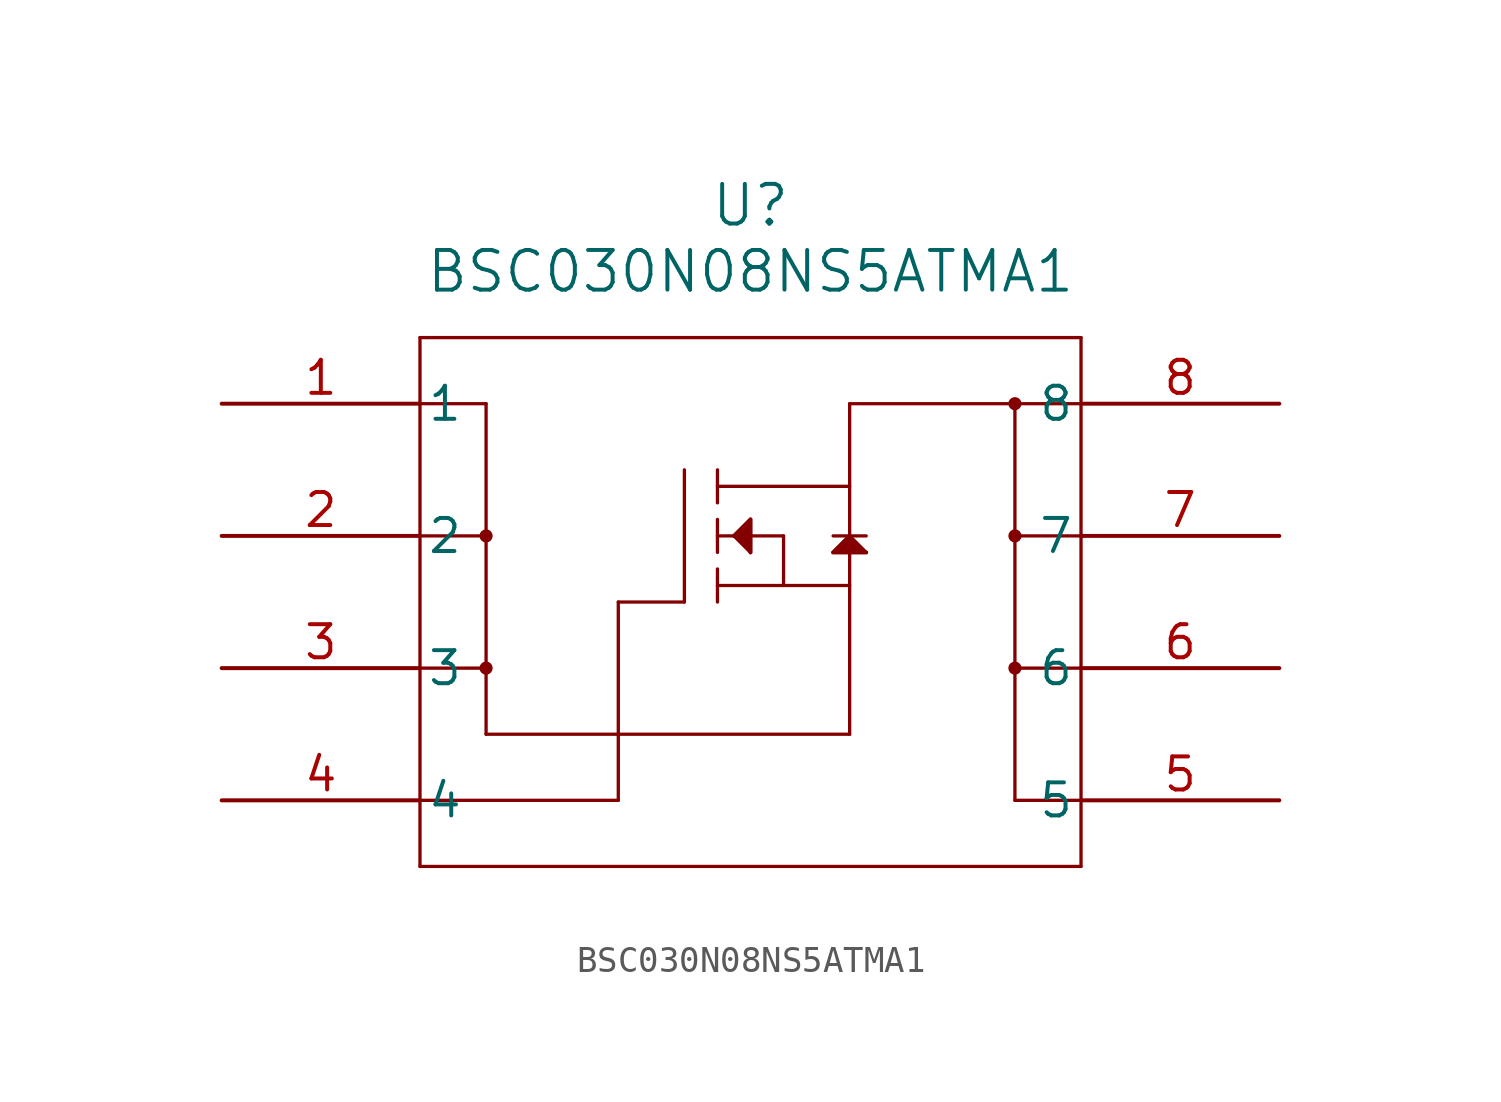
<source format=kicad_sym>
(kicad_symbol_lib
  (version 20211014)
  (generator kicad_symbol_editor)
  (symbol "BSC030N08NS5ATMA1"
    (pin_names
      (offset 0.254))
    (property "Reference" "U"
      (at 20.32 7.62 0)
      (effects (font (size 1.524 1.524))))
    (property "Value" "BSC030N08NS5ATMA1"
      (at 20.32 5.08 0)
      (effects (font (size 1.524 1.524))))
    (symbol "BSC030N08NS5ATMA1_0_1"
      (polyline (pts (xy 7.62 -17.78) (xy 33.02 -17.78)) (stroke (width 0.127) (type default) (color 0 0 0 0)) (fill (type none)))
      (polyline (pts (xy 33.02 -17.78) (xy 33.02 2.54)) (stroke (width 0.127) (type default) (color 0 0 0 0)) (fill (type none)))
      (polyline (pts (xy 7.62 2.54) (xy 7.62 -17.78)) (stroke (width 0.127) (type default) (color 0 0 0 0)) (fill (type none)))
      (polyline (pts (xy 33.02 2.54) (xy 7.62 2.54)) (stroke (width 0.127) (type default) (color 0 0 0 0)) (fill (type none)))
      (polyline (pts (xy 7.62 -15.24) (xy 15.24 -15.24)) (stroke (width 0.127) (type default) (color 0 0 0 0)) (fill (type none)))
      (polyline (pts (xy 15.24 -7.62) (xy 15.24 -15.24)) (stroke (width 0.127) (type default) (color 0 0 0 0)) (fill (type none)))
      (polyline (pts (xy 15.24 -7.62) (xy 17.78 -7.62)) (stroke (width 0.127) (type default) (color 0 0 0 0)) (fill (type none)))
      (polyline (pts (xy 17.78 -2.54) (xy 17.78 -7.62)) (stroke (width 0.127) (type default) (color 0 0 0 0)) (fill (type none)))
      (polyline (pts (xy 19.05 -2.54) (xy 19.05 -3.81)) (stroke (width 0.127) (type default) (color 0 0 0 0)) (fill (type none)))
      (polyline (pts (xy 19.05 -4.445) (xy 19.05 -5.715)) (stroke (width 0.127) (type default) (color 0 0 0 0)) (fill (type none)))
      (polyline (pts (xy 19.05 -6.35) (xy 19.05 -7.62)) (stroke (width 0.127) (type default) (color 0 0 0 0)) (fill (type none)))
      (polyline (pts (xy 19.05 -5.08) (xy 21.59 -5.08)) (stroke (width 0.127) (type default) (color 0 0 0 0)) (fill (type none)))
      (polyline (pts (xy 19.05 -3.175) (xy 24.13 -3.175)) (stroke (width 0.127) (type default) (color 0 0 0 0)) (fill (type none)))
      (polyline (pts (xy 19.05 -6.985) (xy 24.13 -6.985)) (stroke (width 0.127) (type default) (color 0 0 0 0)) (fill (type none)))
      (polyline (pts (xy 21.59 -5.08) (xy 21.59 -6.985)) (stroke (width 0.127) (type default) (color 0 0 0 0)) (fill (type none)))
      (polyline (pts (xy 19.685 -5.08) (xy 20.32 -4.445)) (stroke (width 0.127) (type default) (color 0 0 0 0)) (fill (type none)))
      (polyline (pts (xy 20.32 -4.445) (xy 20.32 -5.715)) (stroke (width 0.127) (type default) (color 0 0 0 0)) (fill (type none)))
      (polyline (pts (xy 20.32 -5.715) (xy 19.685 -5.08)) (stroke (width 0.127) (type default) (color 0 0 0 0)) (fill (type none)))
      (polyline (pts (xy 24.13 0) (xy 24.13 -12.7)) (stroke (width 0.127) (type default) (color 0 0 0 0)) (fill (type none)))
      (polyline (pts (xy 24.13 -12.7) (xy 10.16 -12.7)) (stroke (width 0.127) (type default) (color 0 0 0 0)) (fill (type none)))
      (polyline (pts (xy 24.13 0) (xy 33.02 0)) (stroke (width 0.127) (type default) (color 0 0 0 0)) (fill (type none)))
      (polyline (pts (xy 24.13 -5.08) (xy 23.495 -5.715)) (stroke (width 0.127) (type default) (color 0 0 0 0)) (fill (type none)))
      (polyline (pts (xy 23.495 -5.715) (xy 24.765 -5.715)) (stroke (width 0.127) (type default) (color 0 0 0 0)) (fill (type none)))
      (polyline (pts (xy 24.765 -5.715) (xy 24.13 -5.08)) (stroke (width 0.127) (type default) (color 0 0 0 0)) (fill (type none)))
      (polyline (pts (xy 23.495 -5.08) (xy 24.765 -5.08)) (stroke (width 0.127) (type default) (color 0 0 0 0)) (fill (type none)))
      (polyline (pts (xy 19.685 -5.08) (xy 20.32 -4.445) (xy 20.32 -5.715)) (stroke (width 0) (type default) (color 0 0 0 0)) (fill (type outline)))
      (polyline (pts (xy 24.13 -5.08) (xy 23.495 -5.715) (xy 24.765 -5.715)) (stroke (width 0) (type default) (color 0 0 0 0)) (fill (type outline)))
      (polyline (pts (xy 30.48 0) (xy 30.48 -15.24)) (stroke (width 0.127) (type default) (color 0 0 0 0)) (fill (type none)))
      (polyline (pts (xy 30.48 -15.24) (xy 33.02 -15.24)) (stroke (width 0.127) (type default) (color 0 0 0 0)) (fill (type none)))
      (circle (center 10.16 -5.08) (radius 0.127) (stroke (width 0.254) (type default) (color 0 0 0 0)) (fill (type none)))
      (polyline (pts (xy 30.48 -10.16) (xy 33.02 -10.16)) (stroke (width 0.127) (type default) (color 0 0 0 0)) (fill (type none)))
      (polyline (pts (xy 30.48 -5.08) (xy 33.02 -5.08)) (stroke (width 0.127) (type default) (color 0 0 0 0)) (fill (type none)))
      (circle (center 10.16 -10.16) (radius 0.127) (stroke (width 0.254) (type default) (color 0 0 0 0)) (fill (type none)))
      (circle (center 30.48 -10.16) (radius 0.127) (stroke (width 0.254) (type default) (color 0 0 0 0)) (fill (type none)))
      (polyline (pts (xy 10.16 0) (xy 10.16 -12.7)) (stroke (width 0.127) (type default) (color 0 0 0 0)) (fill (type none)))
      (polyline (pts (xy 7.62 -10.16) (xy 10.16 -10.16)) (stroke (width 0.127) (type default) (color 0 0 0 0)) (fill (type none)))
      (polyline (pts (xy 7.62 -5.08) (xy 10.16 -5.08)) (stroke (width 0.127) (type default) (color 0 0 0 0)) (fill (type none)))
      (polyline (pts (xy 7.62 0) (xy 10.16 0)) (stroke (width 0.127) (type default) (color 0 0 0 0)) (fill (type none)))
      (circle (center 30.48 -5.08) (radius 0.127) (stroke (width 0.254) (type default) (color 0 0 0 0)) (fill (type none)))
      (circle (center 30.48 0) (radius 0.127) (stroke (width 0.254) (type default) (color 0 0 0 0)) (fill (type none)))
      (pin unspecified line (at 0 0 0) (length 7.62) (name "1" (effects (font (size 1.27 1.27)))) (number "1" (effects (font (size 1.27 1.27)))))
      (pin unspecified line (at 0 -5.08 0) (length 7.62) (name "2" (effects (font (size 1.27 1.27)))) (number "2" (effects (font (size 1.27 1.27)))))
      (pin unspecified line (at 0 -10.16 0) (length 7.62) (name "3" (effects (font (size 1.27 1.27)))) (number "3" (effects (font (size 1.27 1.27)))))
      (pin unspecified line (at 0 -15.24 0) (length 7.62) (name "4" (effects (font (size 1.27 1.27)))) (number "4" (effects (font (size 1.27 1.27)))))
      (pin unspecified line (at 40.64 -15.24 180) (length 7.62) (name "5" (effects (font (size 1.27 1.27)))) (number "5" (effects (font (size 1.27 1.27)))))
      (pin unspecified line (at 40.64 -10.16 180) (length 7.62) (name "6" (effects (font (size 1.27 1.27)))) (number "6" (effects (font (size 1.27 1.27)))))
      (pin unspecified line (at 40.64 -5.08 180) (length 7.62) (name "7" (effects (font (size 1.27 1.27)))) (number "7" (effects (font (size 1.27 1.27)))))
      (pin unspecified line (at 40.64 0 180) (length 7.62) (name "8" (effects (font (size 1.27 1.27)))) (number "8" (effects (font (size 1.27 1.27))))))))
</source>
